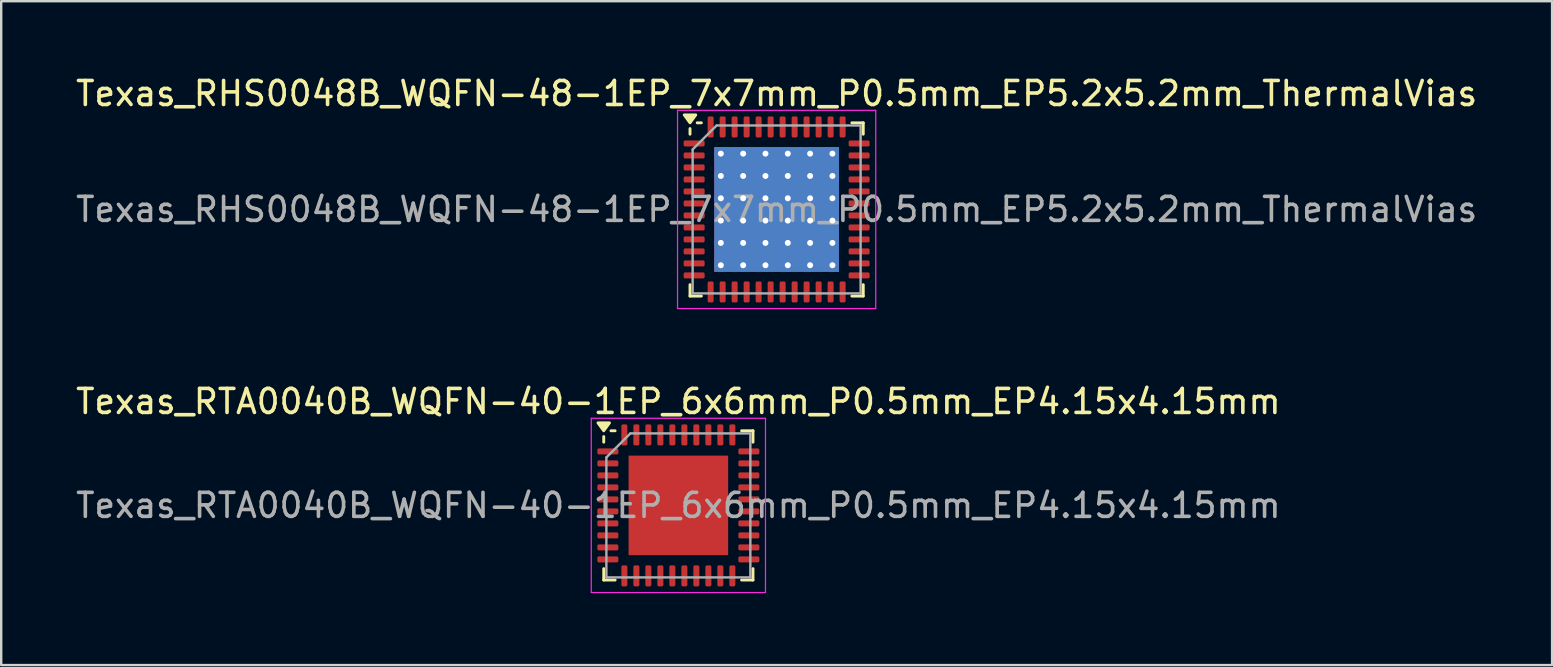
<source format=kicad_pcb>
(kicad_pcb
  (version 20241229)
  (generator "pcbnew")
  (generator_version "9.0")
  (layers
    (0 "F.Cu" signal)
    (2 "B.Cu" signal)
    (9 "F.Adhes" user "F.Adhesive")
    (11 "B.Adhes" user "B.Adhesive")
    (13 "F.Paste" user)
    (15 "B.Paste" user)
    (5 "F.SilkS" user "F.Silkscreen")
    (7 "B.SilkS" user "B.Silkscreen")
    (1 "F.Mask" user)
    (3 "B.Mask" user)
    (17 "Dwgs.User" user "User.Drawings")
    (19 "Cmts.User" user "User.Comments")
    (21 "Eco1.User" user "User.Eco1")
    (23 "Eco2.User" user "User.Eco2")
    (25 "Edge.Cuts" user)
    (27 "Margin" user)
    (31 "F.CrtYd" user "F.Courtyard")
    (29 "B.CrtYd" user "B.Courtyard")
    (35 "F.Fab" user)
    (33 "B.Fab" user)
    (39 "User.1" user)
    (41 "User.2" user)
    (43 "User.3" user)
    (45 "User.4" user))
  (footprint "Texas_RTA0040B_WQFN-40-1EP_6x6mm_P0.5mm_EP4.15x4.15mm"
    (layer "F.Cu")
    (at 25.22 18.012)
    (property "Reference" "Texas_RTA0040B_WQFN-40-1EP_6x6mm_P0.5mm_EP4.15x4.15mm" (at 0 -4.33 0) (layer "F.SilkS") (effects (font (size 1 1) (thickness 0.15))))
    (attr smd)
    (fp_line (start -3.11 -2.635) (end -3.11 -2.87) (stroke (width 0.12) (type solid)) (layer "F.SilkS"))
    (fp_line (start -3.11 3.11) (end -3.11 2.635) (stroke (width 0.12) (type solid)) (layer "F.SilkS"))
    (fp_line (start -2.635 -3.11) (end -2.81 -3.11) (stroke (width 0.12) (type solid)) (layer "F.SilkS"))
    (fp_line (start -2.635 3.11) (end -3.11 3.11) (stroke (width 0.12) (type solid)) (layer "F.SilkS"))
    (fp_line (start 2.635 -3.11) (end 3.11 -3.11) (stroke (width 0.12) (type solid)) (layer "F.SilkS"))
    (fp_line (start 2.635 3.11) (end 3.11 3.11) (stroke (width 0.12) (type solid)) (layer "F.SilkS"))
    (fp_line (start 3.11 -3.11) (end 3.11 -2.635) (stroke (width 0.12) (type solid)) (layer "F.SilkS"))
    (fp_line (start 3.11 3.11) (end 3.11 2.635) (stroke (width 0.12) (type solid)) (layer "F.SilkS"))
    (fp_poly (pts (xy -3.11 -3.11) (xy -3.35 -3.44) (xy -2.87 -3.44) (xy -3.11 -3.11)) (stroke (width 0.12) (type solid)) (fill yes) (layer "F.SilkS"))
    (fp_line (start -3.63 -3.63) (end -3.63 3.63) (stroke (width 0.05) (type solid)) (layer "F.CrtYd"))
    (fp_line (start -3.63 3.63) (end 3.63 3.63) (stroke (width 0.05) (type solid)) (layer "F.CrtYd"))
    (fp_line (start 3.63 -3.63) (end -3.63 -3.63) (stroke (width 0.05) (type solid)) (layer "F.CrtYd"))
    (fp_line (start 3.63 3.63) (end 3.63 -3.63) (stroke (width 0.05) (type solid)) (layer "F.CrtYd"))
    (fp_line (start -3 -2) (end -2 -3) (stroke (width 0.1) (type solid)) (layer "F.Fab"))
    (fp_line (start -3 3) (end -3 -2) (stroke (width 0.1) (type solid)) (layer "F.Fab"))
    (fp_line (start -2 -3) (end 3 -3) (stroke (width 0.1) (type solid)) (layer "F.Fab"))
    (fp_line (start 3 -3) (end 3 3) (stroke (width 0.1) (type solid)) (layer "F.Fab"))
    (fp_line (start 3 3) (end -3 3) (stroke (width 0.1) (type solid)) (layer "F.Fab"))
    (fp_text user "${REFERENCE}" (at 0 0 0) (layer "F.Fab") (effects (font (size 1 1) (thickness 0.15))))
    (pad "" smd roundrect (at -1.38 -1.38) (size 1.12 1.12) (layers "F.Paste") (roundrect_rratio 0.223))
    (pad "" smd roundrect (at -1.38 0) (size 1.12 1.12) (layers "F.Paste") (roundrect_rratio 0.223))
    (pad "" smd roundrect (at -1.38 1.38) (size 1.12 1.12) (layers "F.Paste") (roundrect_rratio 0.223))
    (pad "" smd roundrect (at 0 -1.38) (size 1.12 1.12) (layers "F.Paste") (roundrect_rratio 0.223))
    (pad "" smd roundrect (at 0 0) (size 1.12 1.12) (layers "F.Paste") (roundrect_rratio 0.223))
    (pad "" smd roundrect (at 0 1.38) (size 1.12 1.12) (layers "F.Paste") (roundrect_rratio 0.223))
    (pad "" smd roundrect (at 1.38 -1.38) (size 1.12 1.12) (layers "F.Paste") (roundrect_rratio 0.223))
    (pad "" smd roundrect (at 1.38 0) (size 1.12 1.12) (layers "F.Paste") (roundrect_rratio 0.223))
    (pad "" smd roundrect (at 1.38 1.38) (size 1.12 1.12) (layers "F.Paste") (roundrect_rratio 0.223))
    (pad "1" smd roundrect (at -2.938 -2.25) (size 0.875 0.25) (layers "F.Cu" "F.Mask" "F.Paste") (roundrect_rratio 0.25))
    (pad "2" smd roundrect (at -2.938 -1.75) (size 0.875 0.25) (layers "F.Cu" "F.Mask" "F.Paste") (roundrect_rratio 0.25))
    (pad "3" smd roundrect (at -2.938 -1.25) (size 0.875 0.25) (layers "F.Cu" "F.Mask" "F.Paste") (roundrect_rratio 0.25))
    (pad "4" smd roundrect (at -2.938 -0.75) (size 0.875 0.25) (layers "F.Cu" "F.Mask" "F.Paste") (roundrect_rratio 0.25))
    (pad "5" smd roundrect (at -2.938 -0.25) (size 0.875 0.25) (layers "F.Cu" "F.Mask" "F.Paste") (roundrect_rratio 0.25))
    (pad "6" smd roundrect (at -2.938 0.25) (size 0.875 0.25) (layers "F.Cu" "F.Mask" "F.Paste") (roundrect_rratio 0.25))
    (pad "7" smd roundrect (at -2.938 0.75) (size 0.875 0.25) (layers "F.Cu" "F.Mask" "F.Paste") (roundrect_rratio 0.25))
    (pad "8" smd roundrect (at -2.938 1.25) (size 0.875 0.25) (layers "F.Cu" "F.Mask" "F.Paste") (roundrect_rratio 0.25))
    (pad "9" smd roundrect (at -2.938 1.75) (size 0.875 0.25) (layers "F.Cu" "F.Mask" "F.Paste") (roundrect_rratio 0.25))
    (pad "10" smd roundrect (at -2.938 2.25) (size 0.875 0.25) (layers "F.Cu" "F.Mask" "F.Paste") (roundrect_rratio 0.25))
    (pad "11" smd roundrect (at -2.25 2.938) (size 0.25 0.875) (layers "F.Cu" "F.Mask" "F.Paste") (roundrect_rratio 0.25))
    (pad "12" smd roundrect (at -1.75 2.938) (size 0.25 0.875) (layers "F.Cu" "F.Mask" "F.Paste") (roundrect_rratio 0.25))
    (pad "13" smd roundrect (at -1.25 2.938) (size 0.25 0.875) (layers "F.Cu" "F.Mask" "F.Paste") (roundrect_rratio 0.25))
    (pad "14" smd roundrect (at -0.75 2.938) (size 0.25 0.875) (layers "F.Cu" "F.Mask" "F.Paste") (roundrect_rratio 0.25))
    (pad "15" smd roundrect (at -0.25 2.938) (size 0.25 0.875) (layers "F.Cu" "F.Mask" "F.Paste") (roundrect_rratio 0.25))
    (pad "16" smd roundrect (at 0.25 2.938) (size 0.25 0.875) (layers "F.Cu" "F.Mask" "F.Paste") (roundrect_rratio 0.25))
    (pad "17" smd roundrect (at 0.75 2.938) (size 0.25 0.875) (layers "F.Cu" "F.Mask" "F.Paste") (roundrect_rratio 0.25))
    (pad "18" smd roundrect (at 1.25 2.938) (size 0.25 0.875) (layers "F.Cu" "F.Mask" "F.Paste") (roundrect_rratio 0.25))
    (pad "19" smd roundrect (at 1.75 2.938) (size 0.25 0.875) (layers "F.Cu" "F.Mask" "F.Paste") (roundrect_rratio 0.25))
    (pad "20" smd roundrect (at 2.25 2.938) (size 0.25 0.875) (layers "F.Cu" "F.Mask" "F.Paste") (roundrect_rratio 0.25))
    (pad "21" smd roundrect (at 2.938 2.25) (size 0.875 0.25) (layers "F.Cu" "F.Mask" "F.Paste") (roundrect_rratio 0.25))
    (pad "22" smd roundrect (at 2.938 1.75) (size 0.875 0.25) (layers "F.Cu" "F.Mask" "F.Paste") (roundrect_rratio 0.25))
    (pad "23" smd roundrect (at 2.938 1.25) (size 0.875 0.25) (layers "F.Cu" "F.Mask" "F.Paste") (roundrect_rratio 0.25))
    (pad "24" smd roundrect (at 2.938 0.75) (size 0.875 0.25) (layers "F.Cu" "F.Mask" "F.Paste") (roundrect_rratio 0.25))
    (pad "25" smd roundrect (at 2.938 0.25) (size 0.875 0.25) (layers "F.Cu" "F.Mask" "F.Paste") (roundrect_rratio 0.25))
    (pad "26" smd roundrect (at 2.938 -0.25) (size 0.875 0.25) (layers "F.Cu" "F.Mask" "F.Paste") (roundrect_rratio 0.25))
    (pad "27" smd roundrect (at 2.938 -0.75) (size 0.875 0.25) (layers "F.Cu" "F.Mask" "F.Paste") (roundrect_rratio 0.25))
    (pad "28" smd roundrect (at 2.938 -1.25) (size 0.875 0.25) (layers "F.Cu" "F.Mask" "F.Paste") (roundrect_rratio 0.25))
    (pad "29" smd roundrect (at 2.938 -1.75) (size 0.875 0.25) (layers "F.Cu" "F.Mask" "F.Paste") (roundrect_rratio 0.25))
    (pad "30" smd roundrect (at 2.938 -2.25) (size 0.875 0.25) (layers "F.Cu" "F.Mask" "F.Paste") (roundrect_rratio 0.25))
    (pad "31" smd roundrect (at 2.25 -2.938) (size 0.25 0.875) (layers "F.Cu" "F.Mask" "F.Paste") (roundrect_rratio 0.25))
    (pad "32" smd roundrect (at 1.75 -2.938) (size 0.25 0.875) (layers "F.Cu" "F.Mask" "F.Paste") (roundrect_rratio 0.25))
    (pad "33" smd roundrect (at 1.25 -2.938) (size 0.25 0.875) (layers "F.Cu" "F.Mask" "F.Paste") (roundrect_rratio 0.25))
    (pad "34" smd roundrect (at 0.75 -2.938) (size 0.25 0.875) (layers "F.Cu" "F.Mask" "F.Paste") (roundrect_rratio 0.25))
    (pad "35" smd roundrect (at 0.25 -2.938) (size 0.25 0.875) (layers "F.Cu" "F.Mask" "F.Paste") (roundrect_rratio 0.25))
    (pad "36" smd roundrect (at -0.25 -2.938) (size 0.25 0.875) (layers "F.Cu" "F.Mask" "F.Paste") (roundrect_rratio 0.25))
    (pad "37" smd roundrect (at -0.75 -2.938) (size 0.25 0.875) (layers "F.Cu" "F.Mask" "F.Paste") (roundrect_rratio 0.25))
    (pad "38" smd roundrect (at -1.25 -2.938) (size 0.25 0.875) (layers "F.Cu" "F.Mask" "F.Paste") (roundrect_rratio 0.25))
    (pad "39" smd roundrect (at -1.75 -2.938) (size 0.25 0.875) (layers "F.Cu" "F.Mask" "F.Paste") (roundrect_rratio 0.25))
    (pad "40" smd roundrect (at -2.25 -2.938) (size 0.25 0.875) (layers "F.Cu" "F.Mask" "F.Paste") (roundrect_rratio 0.25))
    (pad "41" smd rect (at 0 0) (size 4.15 4.15) (property pad_prop_heatsink) (layers "F.Cu" "F.Mask")))
  (footprint "Texas_RHS0048B_WQFN-48-1EP_7x7mm_P0.5mm_EP5.2x5.2mm_ThermalVias"
    (layer "F.Cu")
    (at 29.315 5.678)
    (property "Reference" "Texas_RHS0048B_WQFN-48-1EP_7x7mm_P0.5mm_EP5.2x5.2mm_ThermalVias" (at 0 -4.83 0) (layer "F.SilkS") (effects (font (size 1 1) (thickness 0.15))))
    (attr smd)
    (fp_line (start -3.61 -3.135) (end -3.61 -3.37) (stroke (width 0.12) (type solid)) (layer "F.SilkS"))
    (fp_line (start -3.61 3.61) (end -3.61 3.135) (stroke (width 0.12) (type solid)) (layer "F.SilkS"))
    (fp_line (start -3.135 -3.61) (end -3.31 -3.61) (stroke (width 0.12) (type solid)) (layer "F.SilkS"))
    (fp_line (start -3.135 3.61) (end -3.61 3.61) (stroke (width 0.12) (type solid)) (layer "F.SilkS"))
    (fp_line (start 3.135 -3.61) (end 3.61 -3.61) (stroke (width 0.12) (type solid)) (layer "F.SilkS"))
    (fp_line (start 3.135 3.61) (end 3.61 3.61) (stroke (width 0.12) (type solid)) (layer "F.SilkS"))
    (fp_line (start 3.61 -3.61) (end 3.61 -3.135) (stroke (width 0.12) (type solid)) (layer "F.SilkS"))
    (fp_line (start 3.61 3.61) (end 3.61 3.135) (stroke (width 0.12) (type solid)) (layer "F.SilkS"))
    (fp_poly (pts (xy -3.61 -3.61) (xy -3.85 -3.94) (xy -3.37 -3.94) (xy -3.61 -3.61)) (stroke (width 0.12) (type solid)) (fill yes) (layer "F.SilkS"))
    (fp_line (start -4.13 -4.13) (end -4.13 4.13) (stroke (width 0.05) (type solid)) (layer "F.CrtYd"))
    (fp_line (start -4.13 4.13) (end 4.13 4.13) (stroke (width 0.05) (type solid)) (layer "F.CrtYd"))
    (fp_line (start 4.13 -4.13) (end -4.13 -4.13) (stroke (width 0.05) (type solid)) (layer "F.CrtYd"))
    (fp_line (start 4.13 4.13) (end 4.13 -4.13) (stroke (width 0.05) (type solid)) (layer "F.CrtYd"))
    (fp_line (start -3.5 -2.5) (end -2.5 -3.5) (stroke (width 0.1) (type solid)) (layer "F.Fab"))
    (fp_line (start -3.5 3.5) (end -3.5 -2.5) (stroke (width 0.1) (type solid)) (layer "F.Fab"))
    (fp_line (start -2.5 -3.5) (end 3.5 -3.5) (stroke (width 0.1) (type solid)) (layer "F.Fab"))
    (fp_line (start 3.5 -3.5) (end 3.5 3.5) (stroke (width 0.1) (type solid)) (layer "F.Fab"))
    (fp_line (start 3.5 3.5) (end -3.5 3.5) (stroke (width 0.1) (type solid)) (layer "F.Fab"))
    (fp_text user "${REFERENCE}" (at 0 0 0) (layer "F.Fab") (effects (font (size 1 1) (thickness 0.15))))
    (pad "" smd roundrect (at -1.73 -1.73) (size 1.55 1.55) (layers "F.Paste") (roundrect_rratio 0.161))
    (pad "" smd roundrect (at -1.73 0) (size 1.55 1.55) (layers "F.Paste") (roundrect_rratio 0.161))
    (pad "" smd roundrect (at -1.73 1.73) (size 1.55 1.55) (layers "F.Paste") (roundrect_rratio 0.161))
    (pad "" smd roundrect (at 0 -1.73) (size 1.55 1.55) (layers "F.Paste") (roundrect_rratio 0.161))
    (pad "" smd roundrect (at 0 0) (size 1.55 1.55) (layers "F.Paste") (roundrect_rratio 0.161))
    (pad "" smd roundrect (at 0 1.73) (size 1.55 1.55) (layers "F.Paste") (roundrect_rratio 0.161))
    (pad "" smd roundrect (at 1.73 -1.73) (size 1.55 1.55) (layers "F.Paste") (roundrect_rratio 0.161))
    (pad "" smd roundrect (at 1.73 0) (size 1.55 1.55) (layers "F.Paste") (roundrect_rratio 0.161))
    (pad "" smd roundrect (at 1.73 1.73) (size 1.55 1.55) (layers "F.Paste") (roundrect_rratio 0.161))
    (pad "1" smd roundrect (at -3.438 -2.75) (size 0.875 0.25) (layers "F.Cu" "F.Mask" "F.Paste") (roundrect_rratio 0.25))
    (pad "2" smd roundrect (at -3.438 -2.25) (size 0.875 0.25) (layers "F.Cu" "F.Mask" "F.Paste") (roundrect_rratio 0.25))
    (pad "3" smd roundrect (at -3.438 -1.75) (size 0.875 0.25) (layers "F.Cu" "F.Mask" "F.Paste") (roundrect_rratio 0.25))
    (pad "4" smd roundrect (at -3.438 -1.25) (size 0.875 0.25) (layers "F.Cu" "F.Mask" "F.Paste") (roundrect_rratio 0.25))
    (pad "5" smd roundrect (at -3.438 -0.75) (size 0.875 0.25) (layers "F.Cu" "F.Mask" "F.Paste") (roundrect_rratio 0.25))
    (pad "6" smd roundrect (at -3.438 -0.25) (size 0.875 0.25) (layers "F.Cu" "F.Mask" "F.Paste") (roundrect_rratio 0.25))
    (pad "7" smd roundrect (at -3.438 0.25) (size 0.875 0.25) (layers "F.Cu" "F.Mask" "F.Paste") (roundrect_rratio 0.25))
    (pad "8" smd roundrect (at -3.438 0.75) (size 0.875 0.25) (layers "F.Cu" "F.Mask" "F.Paste") (roundrect_rratio 0.25))
    (pad "9" smd roundrect (at -3.438 1.25) (size 0.875 0.25) (layers "F.Cu" "F.Mask" "F.Paste") (roundrect_rratio 0.25))
    (pad "10" smd roundrect (at -3.438 1.75) (size 0.875 0.25) (layers "F.Cu" "F.Mask" "F.Paste") (roundrect_rratio 0.25))
    (pad "11" smd roundrect (at -3.438 2.25) (size 0.875 0.25) (layers "F.Cu" "F.Mask" "F.Paste") (roundrect_rratio 0.25))
    (pad "12" smd roundrect (at -3.438 2.75) (size 0.875 0.25) (layers "F.Cu" "F.Mask" "F.Paste") (roundrect_rratio 0.25))
    (pad "13" smd roundrect (at -2.75 3.438) (size 0.25 0.875) (layers "F.Cu" "F.Mask" "F.Paste") (roundrect_rratio 0.25))
    (pad "14" smd roundrect (at -2.25 3.438) (size 0.25 0.875) (layers "F.Cu" "F.Mask" "F.Paste") (roundrect_rratio 0.25))
    (pad "15" smd roundrect (at -1.75 3.438) (size 0.25 0.875) (layers "F.Cu" "F.Mask" "F.Paste") (roundrect_rratio 0.25))
    (pad "16" smd roundrect (at -1.25 3.438) (size 0.25 0.875) (layers "F.Cu" "F.Mask" "F.Paste") (roundrect_rratio 0.25))
    (pad "17" smd roundrect (at -0.75 3.438) (size 0.25 0.875) (layers "F.Cu" "F.Mask" "F.Paste") (roundrect_rratio 0.25))
    (pad "18" smd roundrect (at -0.25 3.438) (size 0.25 0.875) (layers "F.Cu" "F.Mask" "F.Paste") (roundrect_rratio 0.25))
    (pad "19" smd roundrect (at 0.25 3.438) (size 0.25 0.875) (layers "F.Cu" "F.Mask" "F.Paste") (roundrect_rratio 0.25))
    (pad "20" smd roundrect (at 0.75 3.438) (size 0.25 0.875) (layers "F.Cu" "F.Mask" "F.Paste") (roundrect_rratio 0.25))
    (pad "21" smd roundrect (at 1.25 3.438) (size 0.25 0.875) (layers "F.Cu" "F.Mask" "F.Paste") (roundrect_rratio 0.25))
    (pad "22" smd roundrect (at 1.75 3.438) (size 0.25 0.875) (layers "F.Cu" "F.Mask" "F.Paste") (roundrect_rratio 0.25))
    (pad "23" smd roundrect (at 2.25 3.438) (size 0.25 0.875) (layers "F.Cu" "F.Mask" "F.Paste") (roundrect_rratio 0.25))
    (pad "24" smd roundrect (at 2.75 3.438) (size 0.25 0.875) (layers "F.Cu" "F.Mask" "F.Paste") (roundrect_rratio 0.25))
    (pad "25" smd roundrect (at 3.438 2.75) (size 0.875 0.25) (layers "F.Cu" "F.Mask" "F.Paste") (roundrect_rratio 0.25))
    (pad "26" smd roundrect (at 3.438 2.25) (size 0.875 0.25) (layers "F.Cu" "F.Mask" "F.Paste") (roundrect_rratio 0.25))
    (pad "27" smd roundrect (at 3.438 1.75) (size 0.875 0.25) (layers "F.Cu" "F.Mask" "F.Paste") (roundrect_rratio 0.25))
    (pad "28" smd roundrect (at 3.438 1.25) (size 0.875 0.25) (layers "F.Cu" "F.Mask" "F.Paste") (roundrect_rratio 0.25))
    (pad "29" smd roundrect (at 3.438 0.75) (size 0.875 0.25) (layers "F.Cu" "F.Mask" "F.Paste") (roundrect_rratio 0.25))
    (pad "30" smd roundrect (at 3.438 0.25) (size 0.875 0.25) (layers "F.Cu" "F.Mask" "F.Paste") (roundrect_rratio 0.25))
    (pad "31" smd roundrect (at 3.438 -0.25) (size 0.875 0.25) (layers "F.Cu" "F.Mask" "F.Paste") (roundrect_rratio 0.25))
    (pad "32" smd roundrect (at 3.438 -0.75) (size 0.875 0.25) (layers "F.Cu" "F.Mask" "F.Paste") (roundrect_rratio 0.25))
    (pad "33" smd roundrect (at 3.438 -1.25) (size 0.875 0.25) (layers "F.Cu" "F.Mask" "F.Paste") (roundrect_rratio 0.25))
    (pad "34" smd roundrect (at 3.438 -1.75) (size 0.875 0.25) (layers "F.Cu" "F.Mask" "F.Paste") (roundrect_rratio 0.25))
    (pad "35" smd roundrect (at 3.438 -2.25) (size 0.875 0.25) (layers "F.Cu" "F.Mask" "F.Paste") (roundrect_rratio 0.25))
    (pad "36" smd roundrect (at 3.438 -2.75) (size 0.875 0.25) (layers "F.Cu" "F.Mask" "F.Paste") (roundrect_rratio 0.25))
    (pad "37" smd roundrect (at 2.75 -3.438) (size 0.25 0.875) (layers "F.Cu" "F.Mask" "F.Paste") (roundrect_rratio 0.25))
    (pad "38" smd roundrect (at 2.25 -3.438) (size 0.25 0.875) (layers "F.Cu" "F.Mask" "F.Paste") (roundrect_rratio 0.25))
    (pad "39" smd roundrect (at 1.75 -3.438) (size 0.25 0.875) (layers "F.Cu" "F.Mask" "F.Paste") (roundrect_rratio 0.25))
    (pad "40" smd roundrect (at 1.25 -3.438) (size 0.25 0.875) (layers "F.Cu" "F.Mask" "F.Paste") (roundrect_rratio 0.25))
    (pad "41" smd roundrect (at 0.75 -3.438) (size 0.25 0.875) (layers "F.Cu" "F.Mask" "F.Paste") (roundrect_rratio 0.25))
    (pad "42" smd roundrect (at 0.25 -3.438) (size 0.25 0.875) (layers "F.Cu" "F.Mask" "F.Paste") (roundrect_rratio 0.25))
    (pad "43" smd roundrect (at -0.25 -3.438) (size 0.25 0.875) (layers "F.Cu" "F.Mask" "F.Paste") (roundrect_rratio 0.25))
    (pad "44" smd roundrect (at -0.75 -3.438) (size 0.25 0.875) (layers "F.Cu" "F.Mask" "F.Paste") (roundrect_rratio 0.25))
    (pad "45" smd roundrect (at -1.25 -3.438) (size 0.25 0.875) (layers "F.Cu" "F.Mask" "F.Paste") (roundrect_rratio 0.25))
    (pad "46" smd roundrect (at -1.75 -3.438) (size 0.25 0.875) (layers "F.Cu" "F.Mask" "F.Paste") (roundrect_rratio 0.25))
    (pad "47" smd roundrect (at -2.25 -3.438) (size 0.25 0.875) (layers "F.Cu" "F.Mask" "F.Paste") (roundrect_rratio 0.25))
    (pad "48" smd roundrect (at -2.75 -3.438) (size 0.25 0.875) (layers "F.Cu" "F.Mask" "F.Paste") (roundrect_rratio 0.25))
    (pad "49" thru_hole circle (at -2.325 -2.325) (size 0.55 0.55) (drill 0.25) (property pad_prop_heatsink) (layers "*.Cu"))
    (pad "49" thru_hole circle (at -2.325 -1.395) (size 0.55 0.55) (drill 0.25) (property pad_prop_heatsink) (layers "*.Cu"))
    (pad "49" thru_hole circle (at -2.325 -0.465) (size 0.55 0.55) (drill 0.25) (property pad_prop_heatsink) (layers "*.Cu"))
    (pad "49" thru_hole circle (at -2.325 0.465) (size 0.55 0.55) (drill 0.25) (property pad_prop_heatsink) (layers "*.Cu"))
    (pad "49" thru_hole circle (at -2.325 1.395) (size 0.55 0.55) (drill 0.25) (property pad_prop_heatsink) (layers "*.Cu"))
    (pad "49" thru_hole circle (at -2.325 2.325) (size 0.55 0.55) (drill 0.25) (property pad_prop_heatsink) (layers "*.Cu"))
    (pad "49" thru_hole circle (at -1.395 -2.325) (size 0.55 0.55) (drill 0.25) (property pad_prop_heatsink) (layers "*.Cu"))
    (pad "49" thru_hole circle (at -1.395 -1.395) (size 0.55 0.55) (drill 0.25) (property pad_prop_heatsink) (layers "*.Cu"))
    (pad "49" thru_hole circle (at -1.395 -0.465) (size 0.55 0.55) (drill 0.25) (property pad_prop_heatsink) (layers "*.Cu"))
    (pad "49" thru_hole circle (at -1.395 0.465) (size 0.55 0.55) (drill 0.25) (property pad_prop_heatsink) (layers "*.Cu"))
    (pad "49" thru_hole circle (at -1.395 1.395) (size 0.55 0.55) (drill 0.25) (property pad_prop_heatsink) (layers "*.Cu"))
    (pad "49" thru_hole circle (at -1.395 2.325) (size 0.55 0.55) (drill 0.25) (property pad_prop_heatsink) (layers "*.Cu"))
    (pad "49" thru_hole circle (at -0.465 -2.325) (size 0.55 0.55) (drill 0.25) (property pad_prop_heatsink) (layers "*.Cu"))
    (pad "49" thru_hole circle (at -0.465 -1.395) (size 0.55 0.55) (drill 0.25) (property pad_prop_heatsink) (layers "*.Cu"))
    (pad "49" thru_hole circle (at -0.465 -0.465) (size 0.55 0.55) (drill 0.25) (property pad_prop_heatsink) (layers "*.Cu"))
    (pad "49" thru_hole circle (at -0.465 0.465) (size 0.55 0.55) (drill 0.25) (property pad_prop_heatsink) (layers "*.Cu"))
    (pad "49" thru_hole circle (at -0.465 1.395) (size 0.55 0.55) (drill 0.25) (property pad_prop_heatsink) (layers "*.Cu"))
    (pad "49" thru_hole circle (at -0.465 2.325) (size 0.55 0.55) (drill 0.25) (property pad_prop_heatsink) (layers "*.Cu"))
    (pad "49" smd rect (at 0 0) (size 5.2 5.2) (property pad_prop_heatsink) (layers "F.Cu" "F.Mask"))
    (pad "49" smd rect (at 0 0) (size 5.2 5.2) (property pad_prop_heatsink) (layers "B.Cu"))
    (pad "49" thru_hole circle (at 0.465 -2.325) (size 0.55 0.55) (drill 0.25) (property pad_prop_heatsink) (layers "*.Cu"))
    (pad "49" thru_hole circle (at 0.465 -1.395) (size 0.55 0.55) (drill 0.25) (property pad_prop_heatsink) (layers "*.Cu"))
    (pad "49" thru_hole circle (at 0.465 -0.465) (size 0.55 0.55) (drill 0.25) (property pad_prop_heatsink) (layers "*.Cu"))
    (pad "49" thru_hole circle (at 0.465 0.465) (size 0.55 0.55) (drill 0.25) (property pad_prop_heatsink) (layers "*.Cu"))
    (pad "49" thru_hole circle (at 0.465 1.395) (size 0.55 0.55) (drill 0.25) (property pad_prop_heatsink) (layers "*.Cu"))
    (pad "49" thru_hole circle (at 0.465 2.325) (size 0.55 0.55) (drill 0.25) (property pad_prop_heatsink) (layers "*.Cu"))
    (pad "49" thru_hole circle (at 1.395 -2.325) (size 0.55 0.55) (drill 0.25) (property pad_prop_heatsink) (layers "*.Cu"))
    (pad "49" thru_hole circle (at 1.395 -1.395) (size 0.55 0.55) (drill 0.25) (property pad_prop_heatsink) (layers "*.Cu"))
    (pad "49" thru_hole circle (at 1.395 -0.465) (size 0.55 0.55) (drill 0.25) (property pad_prop_heatsink) (layers "*.Cu"))
    (pad "49" thru_hole circle (at 1.395 0.465) (size 0.55 0.55) (drill 0.25) (property pad_prop_heatsink) (layers "*.Cu"))
    (pad "49" thru_hole circle (at 1.395 1.395) (size 0.55 0.55) (drill 0.25) (property pad_prop_heatsink) (layers "*.Cu"))
    (pad "49" thru_hole circle (at 1.395 2.325) (size 0.55 0.55) (drill 0.25) (property pad_prop_heatsink) (layers "*.Cu"))
    (pad "49" thru_hole circle (at 2.325 -2.325) (size 0.55 0.55) (drill 0.25) (property pad_prop_heatsink) (layers "*.Cu"))
    (pad "49" thru_hole circle (at 2.325 -1.395) (size 0.55 0.55) (drill 0.25) (property pad_prop_heatsink) (layers "*.Cu"))
    (pad "49" thru_hole circle (at 2.325 -0.465) (size 0.55 0.55) (drill 0.25) (property pad_prop_heatsink) (layers "*.Cu"))
    (pad "49" thru_hole circle (at 2.325 0.465) (size 0.55 0.55) (drill 0.25) (property pad_prop_heatsink) (layers "*.Cu"))
    (pad "49" thru_hole circle (at 2.325 1.395) (size 0.55 0.55) (drill 0.25) (property pad_prop_heatsink) (layers "*.Cu"))
    (pad "49" thru_hole circle (at 2.325 2.325) (size 0.55 0.55) (drill 0.25) (property pad_prop_heatsink) (layers "*.Cu")))
  (gr_rect
    (start -3 -3)
    (end 61.631 24.666)
    (stroke (width 0.1) (type default))
    (fill no)
    (layer "Edge.Cuts")))
</source>
